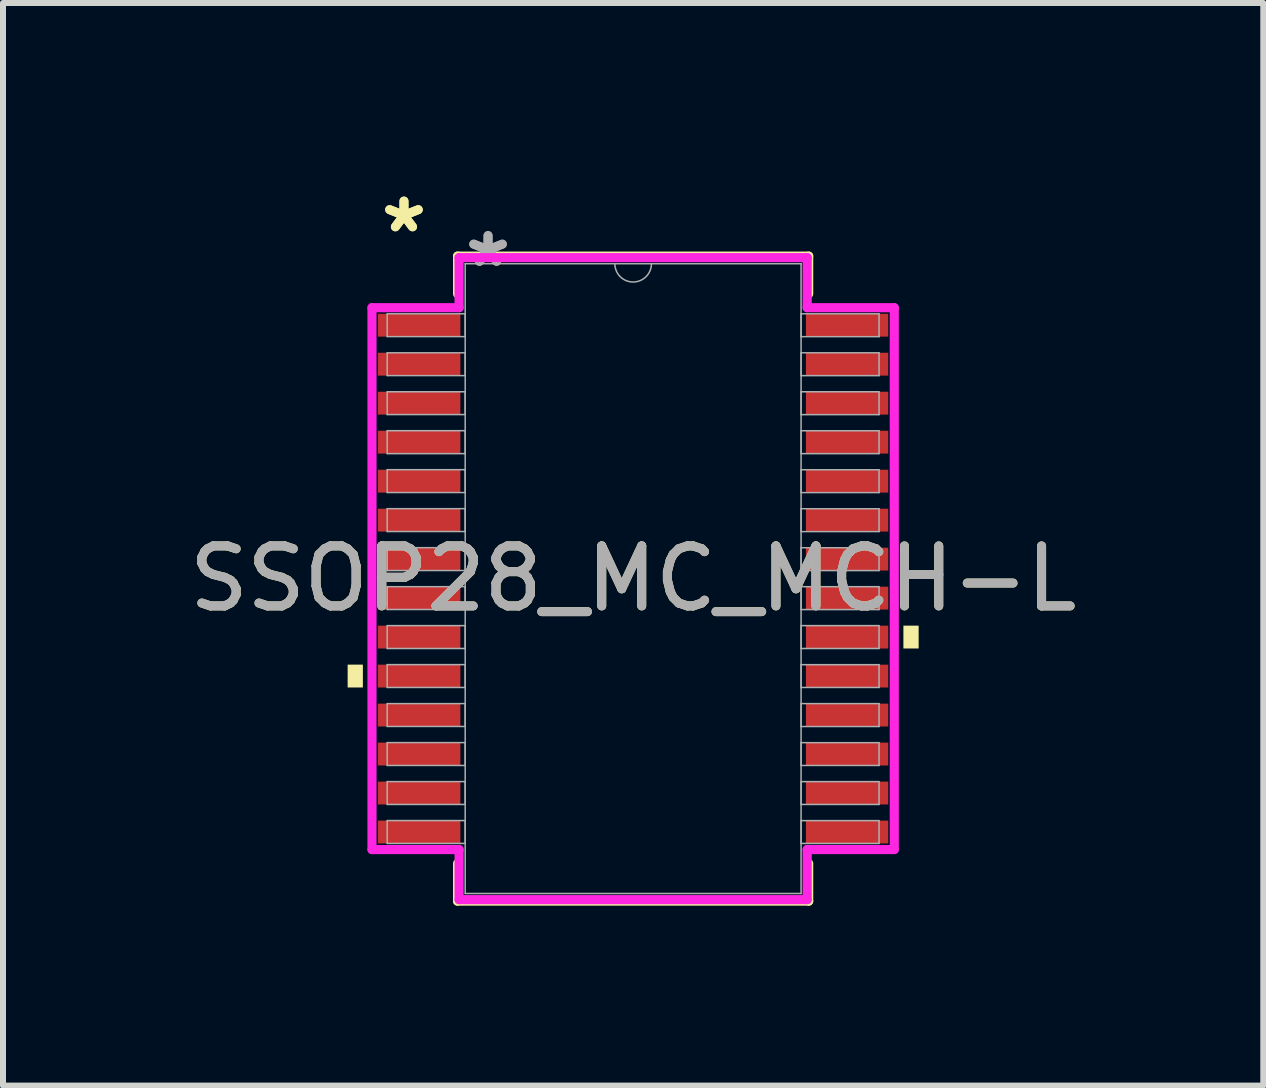
<source format=kicad_pcb>
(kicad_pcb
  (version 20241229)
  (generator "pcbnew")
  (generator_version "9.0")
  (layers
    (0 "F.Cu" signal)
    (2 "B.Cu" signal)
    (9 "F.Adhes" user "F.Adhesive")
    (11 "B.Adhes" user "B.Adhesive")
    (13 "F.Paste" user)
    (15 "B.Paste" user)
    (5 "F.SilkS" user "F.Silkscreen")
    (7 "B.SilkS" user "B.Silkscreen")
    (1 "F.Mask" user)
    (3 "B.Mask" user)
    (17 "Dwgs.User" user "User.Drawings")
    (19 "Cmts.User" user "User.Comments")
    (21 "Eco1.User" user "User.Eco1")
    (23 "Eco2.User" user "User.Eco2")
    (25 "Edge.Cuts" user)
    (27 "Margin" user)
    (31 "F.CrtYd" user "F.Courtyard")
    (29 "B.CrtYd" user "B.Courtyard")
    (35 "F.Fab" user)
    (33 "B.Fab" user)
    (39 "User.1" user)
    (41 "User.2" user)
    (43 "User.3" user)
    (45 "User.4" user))
  (footprint "SSOP28_MC_MCH-L"
    (layer "F.Cu")
    (at 7.506 6.597)
    (property "Reference" "SSOP28_MC_MCH-L" (at 0 0 0) (unlocked yes) (layer "F.SilkS") (effects (font (size 1 1) (thickness 0.15))))
    (attr smd)
    (fp_line (start -2.927 -5.377) (end -2.927 -4.748) (stroke (width 0.152) (type solid)) (layer "F.SilkS"))
    (fp_line (start -2.927 4.748) (end -2.927 5.377) (stroke (width 0.152) (type solid)) (layer "F.SilkS"))
    (fp_line (start -2.927 5.377) (end 2.927 5.377) (stroke (width 0.152) (type solid)) (layer "F.SilkS"))
    (fp_line (start 2.927 -5.377) (end -2.927 -5.377) (stroke (width 0.152) (type solid)) (layer "F.SilkS"))
    (fp_line (start 2.927 -4.748) (end 2.927 -5.377) (stroke (width 0.152) (type solid)) (layer "F.SilkS"))
    (fp_line (start 2.927 5.377) (end 2.927 4.748) (stroke (width 0.152) (type solid)) (layer "F.SilkS"))
    (fp_poly (pts (xy -4.76 1.434) (xy -4.76 1.815) (xy -4.506 1.815) (xy -4.506 1.434)) (stroke (width 0) (type solid)) (fill yes) (layer "F.SilkS"))
    (fp_poly (pts (xy 4.76 0.784) (xy 4.76 1.165) (xy 4.506 1.165) (xy 4.506 0.784)) (stroke (width 0) (type solid)) (fill yes) (layer "F.SilkS"))
    (fp_line (start -4.354 -4.517) (end -2.902 -4.517) (stroke (width 0.152) (type solid)) (layer "F.CrtYd"))
    (fp_line (start -4.354 4.517) (end -4.354 -4.517) (stroke (width 0.152) (type solid)) (layer "F.CrtYd"))
    (fp_line (start -4.354 4.517) (end -2.902 4.517) (stroke (width 0.152) (type solid)) (layer "F.CrtYd"))
    (fp_line (start -2.902 -5.352) (end 2.902 -5.352) (stroke (width 0.152) (type solid)) (layer "F.CrtYd"))
    (fp_line (start -2.902 -4.517) (end -2.902 -5.352) (stroke (width 0.152) (type solid)) (layer "F.CrtYd"))
    (fp_line (start -2.902 5.352) (end -2.902 4.517) (stroke (width 0.152) (type solid)) (layer "F.CrtYd"))
    (fp_line (start 2.902 -5.352) (end 2.902 -4.517) (stroke (width 0.152) (type solid)) (layer "F.CrtYd"))
    (fp_line (start 2.902 4.517) (end 2.902 5.352) (stroke (width 0.152) (type solid)) (layer "F.CrtYd"))
    (fp_line (start 2.902 5.352) (end -2.902 5.352) (stroke (width 0.152) (type solid)) (layer "F.CrtYd"))
    (fp_line (start 4.354 -4.517) (end 2.902 -4.517) (stroke (width 0.152) (type solid)) (layer "F.CrtYd"))
    (fp_line (start 4.354 -4.517) (end 4.354 4.517) (stroke (width 0.152) (type solid)) (layer "F.CrtYd"))
    (fp_line (start 4.354 4.517) (end 2.902 4.517) (stroke (width 0.152) (type solid)) (layer "F.CrtYd"))
    (fp_line (start -4.1 -4.415) (end -4.1 -4.035) (stroke (width 0.025) (type solid)) (layer "F.Fab"))
    (fp_line (start -4.1 -4.035) (end -2.8 -4.035) (stroke (width 0.025) (type solid)) (layer "F.Fab"))
    (fp_line (start -4.1 -3.765) (end -4.1 -3.385) (stroke (width 0.025) (type solid)) (layer "F.Fab"))
    (fp_line (start -4.1 -3.385) (end -2.8 -3.385) (stroke (width 0.025) (type solid)) (layer "F.Fab"))
    (fp_line (start -4.1 -3.115) (end -4.1 -2.735) (stroke (width 0.025) (type solid)) (layer "F.Fab"))
    (fp_line (start -4.1 -2.735) (end -2.8 -2.735) (stroke (width 0.025) (type solid)) (layer "F.Fab"))
    (fp_line (start -4.1 -2.466) (end -4.1 -2.084) (stroke (width 0.025) (type solid)) (layer "F.Fab"))
    (fp_line (start -4.1 -2.084) (end -2.8 -2.084) (stroke (width 0.025) (type solid)) (layer "F.Fab"))
    (fp_line (start -4.1 -1.816) (end -4.1 -1.435) (stroke (width 0.025) (type solid)) (layer "F.Fab"))
    (fp_line (start -4.1 -1.435) (end -2.8 -1.435) (stroke (width 0.025) (type solid)) (layer "F.Fab"))
    (fp_line (start -4.1 -1.166) (end -4.1 -0.785) (stroke (width 0.025) (type solid)) (layer "F.Fab"))
    (fp_line (start -4.1 -0.785) (end -2.8 -0.785) (stroke (width 0.025) (type solid)) (layer "F.Fab"))
    (fp_line (start -4.1 -0.516) (end -4.1 -0.135) (stroke (width 0.025) (type solid)) (layer "F.Fab"))
    (fp_line (start -4.1 -0.135) (end -2.8 -0.135) (stroke (width 0.025) (type solid)) (layer "F.Fab"))
    (fp_line (start -4.1 0.134) (end -4.1 0.515) (stroke (width 0.025) (type solid)) (layer "F.Fab"))
    (fp_line (start -4.1 0.515) (end -2.8 0.515) (stroke (width 0.025) (type solid)) (layer "F.Fab"))
    (fp_line (start -4.1 0.784) (end -4.1 1.165) (stroke (width 0.025) (type solid)) (layer "F.Fab"))
    (fp_line (start -4.1 1.165) (end -2.8 1.165) (stroke (width 0.025) (type solid)) (layer "F.Fab"))
    (fp_line (start -4.1 1.434) (end -4.1 1.815) (stroke (width 0.025) (type solid)) (layer "F.Fab"))
    (fp_line (start -4.1 1.815) (end -2.8 1.815) (stroke (width 0.025) (type solid)) (layer "F.Fab"))
    (fp_line (start -4.1 2.084) (end -4.1 2.465) (stroke (width 0.025) (type solid)) (layer "F.Fab"))
    (fp_line (start -4.1 2.465) (end -2.8 2.465) (stroke (width 0.025) (type solid)) (layer "F.Fab"))
    (fp_line (start -4.1 2.734) (end -4.1 3.115) (stroke (width 0.025) (type solid)) (layer "F.Fab"))
    (fp_line (start -4.1 3.115) (end -2.8 3.115) (stroke (width 0.025) (type solid)) (layer "F.Fab"))
    (fp_line (start -4.1 3.384) (end -4.1 3.765) (stroke (width 0.025) (type solid)) (layer "F.Fab"))
    (fp_line (start -4.1 3.765) (end -2.8 3.765) (stroke (width 0.025) (type solid)) (layer "F.Fab"))
    (fp_line (start -4.1 4.034) (end -4.1 4.415) (stroke (width 0.025) (type solid)) (layer "F.Fab"))
    (fp_line (start -4.1 4.415) (end -2.8 4.415) (stroke (width 0.025) (type solid)) (layer "F.Fab"))
    (fp_line (start -2.8 -5.25) (end -2.8 5.25) (stroke (width 0.025) (type solid)) (layer "F.Fab"))
    (fp_line (start -2.8 -4.415) (end -4.1 -4.415) (stroke (width 0.025) (type solid)) (layer "F.Fab"))
    (fp_line (start -2.8 -4.035) (end -2.8 -4.415) (stroke (width 0.025) (type solid)) (layer "F.Fab"))
    (fp_line (start -2.8 -3.765) (end -4.1 -3.765) (stroke (width 0.025) (type solid)) (layer "F.Fab"))
    (fp_line (start -2.8 -3.385) (end -2.8 -3.765) (stroke (width 0.025) (type solid)) (layer "F.Fab"))
    (fp_line (start -2.8 -3.115) (end -4.1 -3.115) (stroke (width 0.025) (type solid)) (layer "F.Fab"))
    (fp_line (start -2.8 -2.735) (end -2.8 -3.115) (stroke (width 0.025) (type solid)) (layer "F.Fab"))
    (fp_line (start -2.8 -2.466) (end -4.1 -2.466) (stroke (width 0.025) (type solid)) (layer "F.Fab"))
    (fp_line (start -2.8 -2.084) (end -2.8 -2.466) (stroke (width 0.025) (type solid)) (layer "F.Fab"))
    (fp_line (start -2.8 -1.816) (end -4.1 -1.816) (stroke (width 0.025) (type solid)) (layer "F.Fab"))
    (fp_line (start -2.8 -1.435) (end -2.8 -1.816) (stroke (width 0.025) (type solid)) (layer "F.Fab"))
    (fp_line (start -2.8 -1.166) (end -4.1 -1.166) (stroke (width 0.025) (type solid)) (layer "F.Fab"))
    (fp_line (start -2.8 -0.785) (end -2.8 -1.166) (stroke (width 0.025) (type solid)) (layer "F.Fab"))
    (fp_line (start -2.8 -0.516) (end -4.1 -0.516) (stroke (width 0.025) (type solid)) (layer "F.Fab"))
    (fp_line (start -2.8 -0.135) (end -2.8 -0.516) (stroke (width 0.025) (type solid)) (layer "F.Fab"))
    (fp_line (start -2.8 0.134) (end -4.1 0.134) (stroke (width 0.025) (type solid)) (layer "F.Fab"))
    (fp_line (start -2.8 0.515) (end -2.8 0.134) (stroke (width 0.025) (type solid)) (layer "F.Fab"))
    (fp_line (start -2.8 0.784) (end -4.1 0.784) (stroke (width 0.025) (type solid)) (layer "F.Fab"))
    (fp_line (start -2.8 1.165) (end -2.8 0.784) (stroke (width 0.025) (type solid)) (layer "F.Fab"))
    (fp_line (start -2.8 1.434) (end -4.1 1.434) (stroke (width 0.025) (type solid)) (layer "F.Fab"))
    (fp_line (start -2.8 1.815) (end -2.8 1.434) (stroke (width 0.025) (type solid)) (layer "F.Fab"))
    (fp_line (start -2.8 2.084) (end -4.1 2.084) (stroke (width 0.025) (type solid)) (layer "F.Fab"))
    (fp_line (start -2.8 2.465) (end -2.8 2.084) (stroke (width 0.025) (type solid)) (layer "F.Fab"))
    (fp_line (start -2.8 2.734) (end -4.1 2.734) (stroke (width 0.025) (type solid)) (layer "F.Fab"))
    (fp_line (start -2.8 3.115) (end -2.8 2.734) (stroke (width 0.025) (type solid)) (layer "F.Fab"))
    (fp_line (start -2.8 3.384) (end -4.1 3.384) (stroke (width 0.025) (type solid)) (layer "F.Fab"))
    (fp_line (start -2.8 3.765) (end -2.8 3.384) (stroke (width 0.025) (type solid)) (layer "F.Fab"))
    (fp_line (start -2.8 4.034) (end -4.1 4.034) (stroke (width 0.025) (type solid)) (layer "F.Fab"))
    (fp_line (start -2.8 4.415) (end -2.8 4.034) (stroke (width 0.025) (type solid)) (layer "F.Fab"))
    (fp_line (start -2.8 5.25) (end 2.8 5.25) (stroke (width 0.025) (type solid)) (layer "F.Fab"))
    (fp_line (start 2.8 -5.25) (end -2.8 -5.25) (stroke (width 0.025) (type solid)) (layer "F.Fab"))
    (fp_line (start 2.8 -4.415) (end 2.8 -4.034) (stroke (width 0.025) (type solid)) (layer "F.Fab"))
    (fp_line (start 2.8 -4.034) (end 4.1 -4.034) (stroke (width 0.025) (type solid)) (layer "F.Fab"))
    (fp_line (start 2.8 -3.765) (end 2.8 -3.384) (stroke (width 0.025) (type solid)) (layer "F.Fab"))
    (fp_line (start 2.8 -3.384) (end 4.1 -3.384) (stroke (width 0.025) (type solid)) (layer "F.Fab"))
    (fp_line (start 2.8 -3.115) (end 2.8 -2.734) (stroke (width 0.025) (type solid)) (layer "F.Fab"))
    (fp_line (start 2.8 -2.734) (end 4.1 -2.734) (stroke (width 0.025) (type solid)) (layer "F.Fab"))
    (fp_line (start 2.8 -2.465) (end 2.8 -2.084) (stroke (width 0.025) (type solid)) (layer "F.Fab"))
    (fp_line (start 2.8 -2.084) (end 4.1 -2.084) (stroke (width 0.025) (type solid)) (layer "F.Fab"))
    (fp_line (start 2.8 -1.815) (end 2.8 -1.434) (stroke (width 0.025) (type solid)) (layer "F.Fab"))
    (fp_line (start 2.8 -1.434) (end 4.1 -1.434) (stroke (width 0.025) (type solid)) (layer "F.Fab"))
    (fp_line (start 2.8 -1.165) (end 2.8 -0.784) (stroke (width 0.025) (type solid)) (layer "F.Fab"))
    (fp_line (start 2.8 -0.784) (end 4.1 -0.784) (stroke (width 0.025) (type solid)) (layer "F.Fab"))
    (fp_line (start 2.8 -0.515) (end 2.8 -0.134) (stroke (width 0.025) (type solid)) (layer "F.Fab"))
    (fp_line (start 2.8 -0.134) (end 4.1 -0.134) (stroke (width 0.025) (type solid)) (layer "F.Fab"))
    (fp_line (start 2.8 0.135) (end 2.8 0.516) (stroke (width 0.025) (type solid)) (layer "F.Fab"))
    (fp_line (start 2.8 0.516) (end 4.1 0.516) (stroke (width 0.025) (type solid)) (layer "F.Fab"))
    (fp_line (start 2.8 0.784) (end 2.8 1.165) (stroke (width 0.025) (type solid)) (layer "F.Fab"))
    (fp_line (start 2.8 1.165) (end 4.1 1.165) (stroke (width 0.025) (type solid)) (layer "F.Fab"))
    (fp_line (start 2.8 1.435) (end 2.8 1.815) (stroke (width 0.025) (type solid)) (layer "F.Fab"))
    (fp_line (start 2.8 1.815) (end 4.1 1.815) (stroke (width 0.025) (type solid)) (layer "F.Fab"))
    (fp_line (start 2.8 2.084) (end 2.8 2.466) (stroke (width 0.025) (type solid)) (layer "F.Fab"))
    (fp_line (start 2.8 2.466) (end 4.1 2.466) (stroke (width 0.025) (type solid)) (layer "F.Fab"))
    (fp_line (start 2.8 2.735) (end 2.8 3.115) (stroke (width 0.025) (type solid)) (layer "F.Fab"))
    (fp_line (start 2.8 3.115) (end 4.1 3.115) (stroke (width 0.025) (type solid)) (layer "F.Fab"))
    (fp_line (start 2.8 3.385) (end 2.8 3.765) (stroke (width 0.025) (type solid)) (layer "F.Fab"))
    (fp_line (start 2.8 3.765) (end 4.1 3.765) (stroke (width 0.025) (type solid)) (layer "F.Fab"))
    (fp_line (start 2.8 4.035) (end 2.8 4.415) (stroke (width 0.025) (type solid)) (layer "F.Fab"))
    (fp_line (start 2.8 4.415) (end 4.1 4.415) (stroke (width 0.025) (type solid)) (layer "F.Fab"))
    (fp_line (start 2.8 5.25) (end 2.8 -5.25) (stroke (width 0.025) (type solid)) (layer "F.Fab"))
    (fp_line (start 4.1 -4.415) (end 2.8 -4.415) (stroke (width 0.025) (type solid)) (layer "F.Fab"))
    (fp_line (start 4.1 -4.034) (end 4.1 -4.415) (stroke (width 0.025) (type solid)) (layer "F.Fab"))
    (fp_line (start 4.1 -3.765) (end 2.8 -3.765) (stroke (width 0.025) (type solid)) (layer "F.Fab"))
    (fp_line (start 4.1 -3.384) (end 4.1 -3.765) (stroke (width 0.025) (type solid)) (layer "F.Fab"))
    (fp_line (start 4.1 -3.115) (end 2.8 -3.115) (stroke (width 0.025) (type solid)) (layer "F.Fab"))
    (fp_line (start 4.1 -2.734) (end 4.1 -3.115) (stroke (width 0.025) (type solid)) (layer "F.Fab"))
    (fp_line (start 4.1 -2.465) (end 2.8 -2.465) (stroke (width 0.025) (type solid)) (layer "F.Fab"))
    (fp_line (start 4.1 -2.084) (end 4.1 -2.465) (stroke (width 0.025) (type solid)) (layer "F.Fab"))
    (fp_line (start 4.1 -1.815) (end 2.8 -1.815) (stroke (width 0.025) (type solid)) (layer "F.Fab"))
    (fp_line (start 4.1 -1.434) (end 4.1 -1.815) (stroke (width 0.025) (type solid)) (layer "F.Fab"))
    (fp_line (start 4.1 -1.165) (end 2.8 -1.165) (stroke (width 0.025) (type solid)) (layer "F.Fab"))
    (fp_line (start 4.1 -0.784) (end 4.1 -1.165) (stroke (width 0.025) (type solid)) (layer "F.Fab"))
    (fp_line (start 4.1 -0.515) (end 2.8 -0.515) (stroke (width 0.025) (type solid)) (layer "F.Fab"))
    (fp_line (start 4.1 -0.134) (end 4.1 -0.515) (stroke (width 0.025) (type solid)) (layer "F.Fab"))
    (fp_line (start 4.1 0.135) (end 2.8 0.135) (stroke (width 0.025) (type solid)) (layer "F.Fab"))
    (fp_line (start 4.1 0.516) (end 4.1 0.135) (stroke (width 0.025) (type solid)) (layer "F.Fab"))
    (fp_line (start 4.1 0.784) (end 2.8 0.784) (stroke (width 0.025) (type solid)) (layer "F.Fab"))
    (fp_line (start 4.1 1.165) (end 4.1 0.784) (stroke (width 0.025) (type solid)) (layer "F.Fab"))
    (fp_line (start 4.1 1.435) (end 2.8 1.435) (stroke (width 0.025) (type solid)) (layer "F.Fab"))
    (fp_line (start 4.1 1.815) (end 4.1 1.435) (stroke (width 0.025) (type solid)) (layer "F.Fab"))
    (fp_line (start 4.1 2.084) (end 2.8 2.084) (stroke (width 0.025) (type solid)) (layer "F.Fab"))
    (fp_line (start 4.1 2.466) (end 4.1 2.084) (stroke (width 0.025) (type solid)) (layer "F.Fab"))
    (fp_line (start 4.1 2.735) (end 2.8 2.735) (stroke (width 0.025) (type solid)) (layer "F.Fab"))
    (fp_line (start 4.1 3.115) (end 4.1 2.735) (stroke (width 0.025) (type solid)) (layer "F.Fab"))
    (fp_line (start 4.1 3.385) (end 2.8 3.385) (stroke (width 0.025) (type solid)) (layer "F.Fab"))
    (fp_line (start 4.1 3.765) (end 4.1 3.385) (stroke (width 0.025) (type solid)) (layer "F.Fab"))
    (fp_line (start 4.1 4.035) (end 2.8 4.035) (stroke (width 0.025) (type solid)) (layer "F.Fab"))
    (fp_line (start 4.1 4.415) (end 4.1 4.035) (stroke (width 0.025) (type solid)) (layer "F.Fab"))
    (fp_arc (start 0.3048 -5.25) (mid 0 -4.9452) (end -0.3048 -5.25) (stroke (width 0.0254) (type solid)) (layer "F.Fab"))
    (fp_text user "*" (at -3.821 -5.749 0) (layer "F.SilkS") (effects (font (size 1 1) (thickness 0.15))))
    (fp_text user "*" (at -3.821 -5.749 0) (unlocked yes) (layer "F.SilkS") (effects (font (size 1 1) (thickness 0.15))))
    (fp_text user "*" (at -2.419 -5.174 0) (unlocked yes) (layer "F.Fab") (effects (font (size 1 1) (thickness 0.15))))
    (fp_text user "*" (at -2.419 -5.174 0) (layer "F.Fab") (effects (font (size 1 1) (thickness 0.15))))
    (fp_text user "${REFERENCE}" (at 0 0 0) (unlocked yes) (layer "F.Fab") (effects (font (size 1 1) (thickness 0.15))))
    (pad "1" smd rect (at -3.567 -4.225) (size 1.372 0.381) (layers "F.Cu" "F.Mask" "F.Paste"))
    (pad "2" smd rect (at -3.567 -3.575) (size 1.372 0.381) (layers "F.Cu" "F.Mask" "F.Paste"))
    (pad "3" smd rect (at -3.567 -2.925) (size 1.372 0.381) (layers "F.Cu" "F.Mask" "F.Paste"))
    (pad "4" smd rect (at -3.567 -2.275) (size 1.372 0.381) (layers "F.Cu" "F.Mask" "F.Paste"))
    (pad "5" smd rect (at -3.567 -1.625) (size 1.372 0.381) (layers "F.Cu" "F.Mask" "F.Paste"))
    (pad "6" smd rect (at -3.567 -0.975) (size 1.372 0.381) (layers "F.Cu" "F.Mask" "F.Paste"))
    (pad "7" smd rect (at -3.567 -0.325) (size 1.372 0.381) (layers "F.Cu" "F.Mask" "F.Paste"))
    (pad "8" smd rect (at -3.567 0.325) (size 1.372 0.381) (layers "F.Cu" "F.Mask" "F.Paste"))
    (pad "9" smd rect (at -3.567 0.975) (size 1.372 0.381) (layers "F.Cu" "F.Mask" "F.Paste"))
    (pad "10" smd rect (at -3.567 1.625) (size 1.372 0.381) (layers "F.Cu" "F.Mask" "F.Paste"))
    (pad "11" smd rect (at -3.567 2.275) (size 1.372 0.381) (layers "F.Cu" "F.Mask" "F.Paste"))
    (pad "12" smd rect (at -3.567 2.925) (size 1.372 0.381) (layers "F.Cu" "F.Mask" "F.Paste"))
    (pad "13" smd rect (at -3.567 3.575) (size 1.372 0.381) (layers "F.Cu" "F.Mask" "F.Paste"))
    (pad "14" smd rect (at -3.567 4.225) (size 1.372 0.381) (layers "F.Cu" "F.Mask" "F.Paste"))
    (pad "15" smd rect (at 3.567 4.225) (size 1.372 0.381) (layers "F.Cu" "F.Mask" "F.Paste"))
    (pad "16" smd rect (at 3.567 3.575) (size 1.372 0.381) (layers "F.Cu" "F.Mask" "F.Paste"))
    (pad "17" smd rect (at 3.567 2.925) (size 1.372 0.381) (layers "F.Cu" "F.Mask" "F.Paste"))
    (pad "18" smd rect (at 3.567 2.275) (size 1.372 0.381) (layers "F.Cu" "F.Mask" "F.Paste"))
    (pad "19" smd rect (at 3.567 1.625) (size 1.372 0.381) (layers "F.Cu" "F.Mask" "F.Paste"))
    (pad "20" smd rect (at 3.567 0.975) (size 1.372 0.381) (layers "F.Cu" "F.Mask" "F.Paste"))
    (pad "21" smd rect (at 3.567 0.325) (size 1.372 0.381) (layers "F.Cu" "F.Mask" "F.Paste"))
    (pad "22" smd rect (at 3.567 -0.325) (size 1.372 0.381) (layers "F.Cu" "F.Mask" "F.Paste"))
    (pad "23" smd rect (at 3.567 -0.975) (size 1.372 0.381) (layers "F.Cu" "F.Mask" "F.Paste"))
    (pad "24" smd rect (at 3.567 -1.625) (size 1.372 0.381) (layers "F.Cu" "F.Mask" "F.Paste"))
    (pad "25" smd rect (at 3.567 -2.275) (size 1.372 0.381) (layers "F.Cu" "F.Mask" "F.Paste"))
    (pad "26" smd rect (at 3.567 -2.925) (size 1.372 0.381) (layers "F.Cu" "F.Mask" "F.Paste"))
    (pad "27" smd rect (at 3.567 -3.575) (size 1.372 0.381) (layers "F.Cu" "F.Mask" "F.Paste"))
    (pad "28" smd rect (at 3.567 -4.225) (size 1.372 0.381) (layers "F.Cu" "F.Mask" "F.Paste")))
  (gr_rect
    (start -3 -3)
    (end 18.012 15.05)
    (stroke (width 0.1) (type default))
    (fill no)
    (layer "Edge.Cuts")))
</source>
